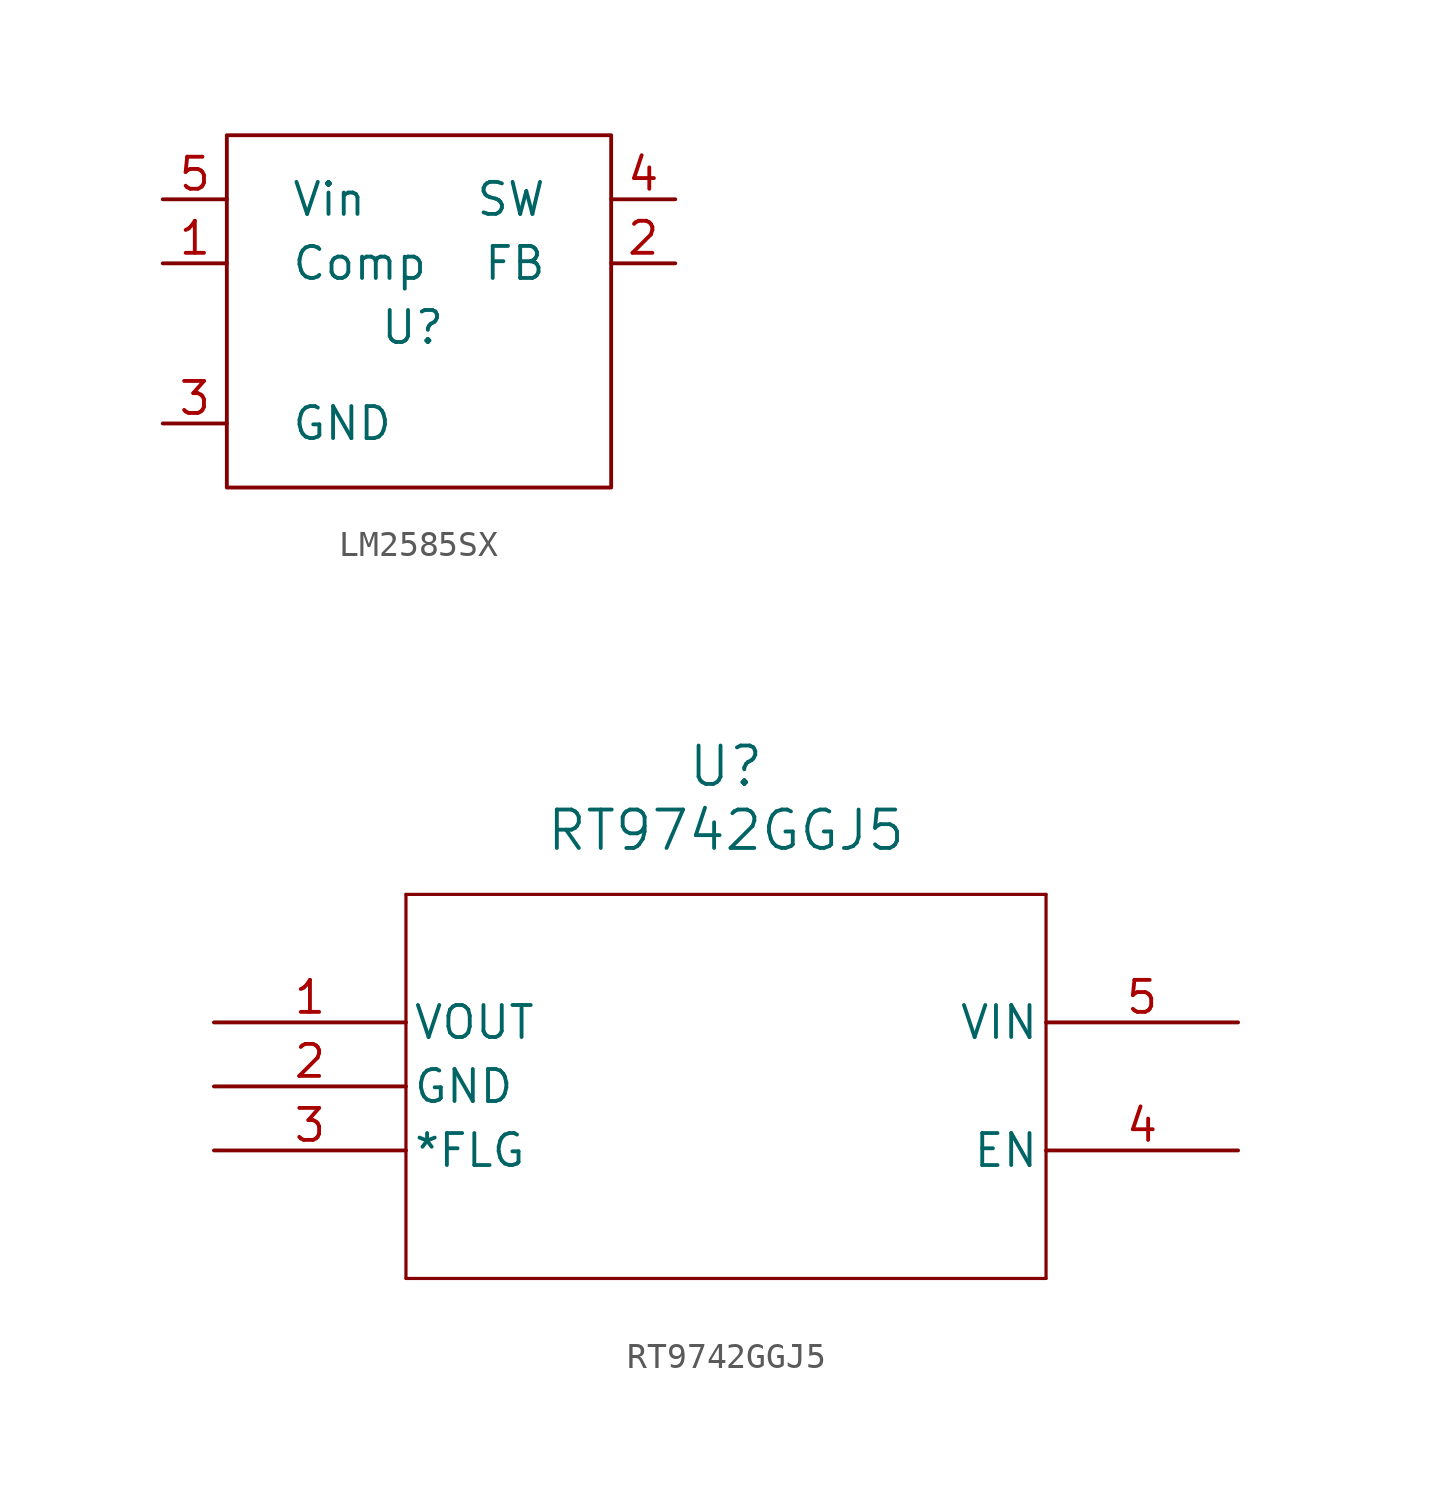
<source format=kicad_sym>
(kicad_symbol_lib
  (version 20241209)
  (generator "kicad_symbol_editor")
  (generator_version "9.0")
  (symbol "LM2585SX"
    (pin_names
      (offset 2.54))
    (property "Reference" "U"
      (at 9.906 5.08 0)
      (effects (font (size 1.27 1.27))))
    (property "Value" ""
      (at 0 0 0)
      (effects (font (size 1.27 1.27))))
    (symbol "LM2585SX_0_0"
      (pin power_in line (at 0 10.16 0) (length 2.54) (name "Vin" (effects (font (size 1.27 1.27)))) (number "5" (effects (font (size 1.27 1.27)))))
      (pin input line (at 0 7.62 0) (length 2.54) (name "Comp" (effects (font (size 1.27 1.27)))) (number "1" (effects (font (size 1.27 1.27)))))
      (pin power_in line (at 0 1.27 0) (length 2.54) (name "GND" (effects (font (size 1.27 1.27)))) (number "3" (effects (font (size 1.27 1.27)))))
      (pin power_out line (at 20.32 10.16 180) (length 2.54) (name "SW" (effects (font (size 1.27 1.27)))) (number "4" (effects (font (size 1.27 1.27)))))
      (pin input line (at 20.32 7.62 180) (length 2.54) (name "FB" (effects (font (size 1.27 1.27)))) (number "2" (effects (font (size 1.27 1.27))))))
    (symbol "LM2585SX_0_1"
      (rectangle (start 2.54 12.7) (end 17.78 -1.27) (stroke (width 0) (type default)) (fill (type none)))))
  (symbol "RT9742GGJ5"
    (pin_names
      (offset 0.254))
    (property "Reference" "U"
      (at 20.32 10.16 0)
      (effects (font (size 1.524 1.524))))
    (property "Value" "RT9742GGJ5"
      (at 20.32 7.62 0)
      (effects (font (size 1.524 1.524))))
    (property "ki_locked" ""
      (at 0 0 0)
      (effects (font (size 1.27 1.27))))
    (symbol "RT9742GGJ5_0_1"
      (polyline (pts (xy 7.62 5.08) (xy 7.62 -10.16)) (stroke (width 0.127) (type default)) (fill (type none)))
      (polyline (pts (xy 7.62 -10.16) (xy 33.02 -10.16)) (stroke (width 0.127) (type default)) (fill (type none)))
      (polyline (pts (xy 33.02 5.08) (xy 7.62 5.08)) (stroke (width 0.127) (type default)) (fill (type none)))
      (polyline (pts (xy 33.02 -10.16) (xy 33.02 5.08)) (stroke (width 0.127) (type default)) (fill (type none)))
      (pin power_in line (at 0 0 0) (length 7.62) (name "VOUT" (effects (font (size 1.27 1.27)))) (number "1" (effects (font (size 1.27 1.27)))))
      (pin power_out line (at 0 -2.54 0) (length 7.62) (name "GND" (effects (font (size 1.27 1.27)))) (number "2" (effects (font (size 1.27 1.27)))))
      (pin unspecified line (at 0 -5.08 0) (length 7.62) (name "*FLG" (effects (font (size 1.27 1.27)))) (number "3" (effects (font (size 1.27 1.27)))))
      (pin power_in line (at 40.64 0 180) (length 7.62) (name "VIN" (effects (font (size 1.27 1.27)))) (number "5" (effects (font (size 1.27 1.27)))))
      (pin unspecified line (at 40.64 -5.08 180) (length 7.62) (name "EN" (effects (font (size 1.27 1.27)))) (number "4" (effects (font (size 1.27 1.27))))))))
</source>
